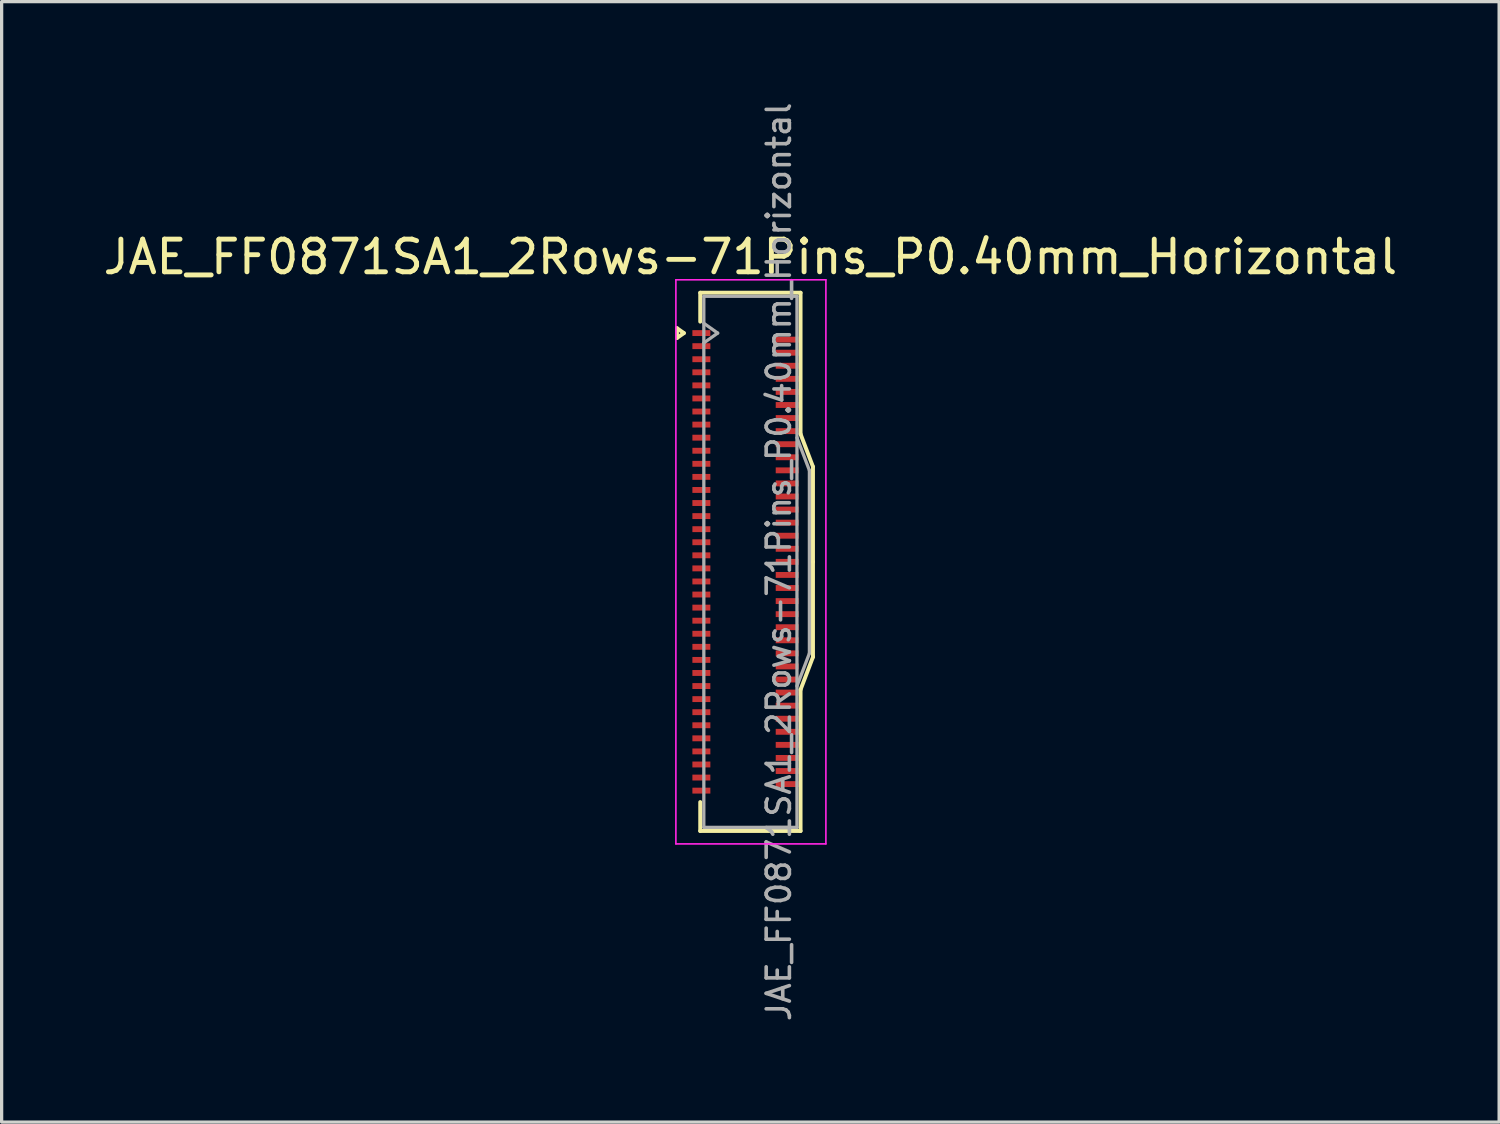
<source format=kicad_pcb>
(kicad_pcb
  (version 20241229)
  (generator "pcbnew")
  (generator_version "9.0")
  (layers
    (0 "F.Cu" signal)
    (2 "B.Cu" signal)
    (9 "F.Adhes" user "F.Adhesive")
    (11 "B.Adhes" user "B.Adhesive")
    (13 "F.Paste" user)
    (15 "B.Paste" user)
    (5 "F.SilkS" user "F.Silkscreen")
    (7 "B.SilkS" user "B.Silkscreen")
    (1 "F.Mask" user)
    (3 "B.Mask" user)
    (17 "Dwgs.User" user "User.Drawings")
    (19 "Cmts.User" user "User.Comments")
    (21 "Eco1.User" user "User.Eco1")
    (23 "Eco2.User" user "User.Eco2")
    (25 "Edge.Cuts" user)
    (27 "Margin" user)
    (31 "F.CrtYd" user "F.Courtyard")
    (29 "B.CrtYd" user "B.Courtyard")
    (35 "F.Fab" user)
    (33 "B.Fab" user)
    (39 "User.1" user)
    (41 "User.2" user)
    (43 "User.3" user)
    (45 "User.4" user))
  (footprint "JAE_FF0871SA1_2Rows-71Pins_P0.40mm_Horizontal"
    (layer "F.Cu")
    (at 19.761 14.142)
    (property "Reference" "JAE_FF0871SA1_2Rows-71Pins_P0.40mm_Horizontal" (at 0.15 -9.33 0) (layer "F.SilkS") (effects (font (size 1 1) (thickness 0.15))))
    (attr smd)
    (fp_line (start -2.097 -7.15) (end -1.885 -7) (stroke (width 0.12) (type solid)) (layer "F.SilkS"))
    (fp_line (start -2.097 -6.85) (end -2.097 -7.15) (stroke (width 0.12) (type solid)) (layer "F.SilkS"))
    (fp_line (start -1.885 -7) (end -2.097 -6.85) (stroke (width 0.12) (type solid)) (layer "F.SilkS"))
    (fp_line (start -1.385 -8.235) (end 1.685 -8.235) (stroke (width 0.12) (type solid)) (layer "F.SilkS"))
    (fp_line (start -1.385 -7.35) (end -1.385 -8.235) (stroke (width 0.12) (type solid)) (layer "F.SilkS"))
    (fp_line (start -1.385 7.35) (end -1.385 8.235) (stroke (width 0.12) (type solid)) (layer "F.SilkS"))
    (fp_line (start -1.385 8.235) (end 1.685 8.235) (stroke (width 0.12) (type solid)) (layer "F.SilkS"))
    (fp_line (start 1.685 -8.235) (end 1.685 -3.91) (stroke (width 0.12) (type solid)) (layer "F.SilkS"))
    (fp_line (start 1.685 -3.91) (end 2.065 -2.91) (stroke (width 0.12) (type solid)) (layer "F.SilkS"))
    (fp_line (start 1.685 3.91) (end 2.065 2.91) (stroke (width 0.12) (type solid)) (layer "F.SilkS"))
    (fp_line (start 1.685 8.235) (end 1.685 3.91) (stroke (width 0.12) (type solid)) (layer "F.SilkS"))
    (fp_line (start 2.065 -2.91) (end 2.065 0) (stroke (width 0.12) (type solid)) (layer "F.SilkS"))
    (fp_line (start 2.065 2.91) (end 2.065 0) (stroke (width 0.12) (type solid)) (layer "F.SilkS"))
    (fp_line (start -2.13 -8.63) (end -2.13 8.63) (stroke (width 0.05) (type solid)) (layer "F.CrtYd"))
    (fp_line (start -2.13 8.63) (end 2.46 8.63) (stroke (width 0.05) (type solid)) (layer "F.CrtYd"))
    (fp_line (start 2.46 -8.63) (end -2.13 -8.63) (stroke (width 0.05) (type solid)) (layer "F.CrtYd"))
    (fp_line (start 2.46 8.63) (end 2.46 -8.63) (stroke (width 0.05) (type solid)) (layer "F.CrtYd"))
    (fp_line (start -1.275 -8.125) (end -1.275 8.125) (stroke (width 0.1) (type solid)) (layer "F.Fab"))
    (fp_line (start -1.275 -7.3) (end -0.851 -7) (stroke (width 0.1) (type solid)) (layer "F.Fab"))
    (fp_line (start -1.275 8.125) (end 1.575 8.125) (stroke (width 0.1) (type solid)) (layer "F.Fab"))
    (fp_line (start -0.851 -7) (end -1.275 -6.7) (stroke (width 0.1) (type solid)) (layer "F.Fab"))
    (fp_line (start 1.575 -8.125) (end -1.275 -8.125) (stroke (width 0.1) (type solid)) (layer "F.Fab"))
    (fp_line (start 1.575 -3.8) (end 1.955 -2.8) (stroke (width 0.1) (type solid)) (layer "F.Fab"))
    (fp_line (start 1.575 8.125) (end 1.575 -8.125) (stroke (width 0.1) (type solid)) (layer "F.Fab"))
    (fp_line (start 1.955 -2.8) (end 1.955 2.8) (stroke (width 0.1) (type solid)) (layer "F.Fab"))
    (fp_line (start 1.955 2.8) (end 1.575 3.8) (stroke (width 0.1) (type solid)) (layer "F.Fab"))
    (fp_text user "${REFERENCE}" (at 1.02 0 90) (layer "F.Fab") (effects (font (size 0.71 0.71) (thickness 0.11))))
    (pad "1" smd rect (at -1.35 -7) (size 0.55 0.18) (layers "F.Cu" "F.Mask" "F.Paste"))
    (pad "2" smd rect (at 1.275 -6.8) (size 0.7 0.18) (layers "F.Cu" "F.Mask" "F.Paste"))
    (pad "3" smd rect (at -1.35 -6.6) (size 0.55 0.18) (layers "F.Cu" "F.Mask" "F.Paste"))
    (pad "4" smd rect (at 1.275 -6.4) (size 0.7 0.18) (layers "F.Cu" "F.Mask" "F.Paste"))
    (pad "5" smd rect (at -1.35 -6.2) (size 0.55 0.18) (layers "F.Cu" "F.Mask" "F.Paste"))
    (pad "6" smd rect (at 1.275 -6) (size 0.7 0.18) (layers "F.Cu" "F.Mask" "F.Paste"))
    (pad "7" smd rect (at -1.35 -5.8) (size 0.55 0.18) (layers "F.Cu" "F.Mask" "F.Paste"))
    (pad "8" smd rect (at 1.275 -5.6) (size 0.7 0.18) (layers "F.Cu" "F.Mask" "F.Paste"))
    (pad "9" smd rect (at -1.35 -5.4) (size 0.55 0.18) (layers "F.Cu" "F.Mask" "F.Paste"))
    (pad "10" smd rect (at 1.275 -5.2) (size 0.7 0.18) (layers "F.Cu" "F.Mask" "F.Paste"))
    (pad "11" smd rect (at -1.35 -5) (size 0.55 0.18) (layers "F.Cu" "F.Mask" "F.Paste"))
    (pad "12" smd rect (at 1.275 -4.8) (size 0.7 0.18) (layers "F.Cu" "F.Mask" "F.Paste"))
    (pad "13" smd rect (at -1.35 -4.6) (size 0.55 0.18) (layers "F.Cu" "F.Mask" "F.Paste"))
    (pad "14" smd rect (at 1.275 -4.4) (size 0.7 0.18) (layers "F.Cu" "F.Mask" "F.Paste"))
    (pad "15" smd rect (at -1.35 -4.2) (size 0.55 0.18) (layers "F.Cu" "F.Mask" "F.Paste"))
    (pad "16" smd rect (at 1.275 -4) (size 0.7 0.18) (layers "F.Cu" "F.Mask" "F.Paste"))
    (pad "17" smd rect (at -1.35 -3.8) (size 0.55 0.18) (layers "F.Cu" "F.Mask" "F.Paste"))
    (pad "18" smd rect (at 1.275 -3.6) (size 0.7 0.18) (layers "F.Cu" "F.Mask" "F.Paste"))
    (pad "19" smd rect (at -1.35 -3.4) (size 0.55 0.18) (layers "F.Cu" "F.Mask" "F.Paste"))
    (pad "20" smd rect (at 1.275 -3.2) (size 0.7 0.18) (layers "F.Cu" "F.Mask" "F.Paste"))
    (pad "21" smd rect (at -1.35 -3) (size 0.55 0.18) (layers "F.Cu" "F.Mask" "F.Paste"))
    (pad "22" smd rect (at 1.275 -2.8) (size 0.7 0.18) (layers "F.Cu" "F.Mask" "F.Paste"))
    (pad "23" smd rect (at -1.35 -2.6) (size 0.55 0.18) (layers "F.Cu" "F.Mask" "F.Paste"))
    (pad "24" smd rect (at 1.275 -2.4) (size 0.7 0.18) (layers "F.Cu" "F.Mask" "F.Paste"))
    (pad "25" smd rect (at -1.35 -2.2) (size 0.55 0.18) (layers "F.Cu" "F.Mask" "F.Paste"))
    (pad "26" smd rect (at 1.275 -2) (size 0.7 0.18) (layers "F.Cu" "F.Mask" "F.Paste"))
    (pad "27" smd rect (at -1.35 -1.8) (size 0.55 0.18) (layers "F.Cu" "F.Mask" "F.Paste"))
    (pad "28" smd rect (at 1.275 -1.6) (size 0.7 0.18) (layers "F.Cu" "F.Mask" "F.Paste"))
    (pad "29" smd rect (at -1.35 -1.4) (size 0.55 0.18) (layers "F.Cu" "F.Mask" "F.Paste"))
    (pad "30" smd rect (at 1.275 -1.2) (size 0.7 0.18) (layers "F.Cu" "F.Mask" "F.Paste"))
    (pad "31" smd rect (at -1.35 -1) (size 0.55 0.18) (layers "F.Cu" "F.Mask" "F.Paste"))
    (pad "32" smd rect (at 1.275 -0.8) (size 0.7 0.18) (layers "F.Cu" "F.Mask" "F.Paste"))
    (pad "33" smd rect (at -1.35 -0.6) (size 0.55 0.18) (layers "F.Cu" "F.Mask" "F.Paste"))
    (pad "34" smd rect (at 1.275 -0.4) (size 0.7 0.18) (layers "F.Cu" "F.Mask" "F.Paste"))
    (pad "35" smd rect (at -1.35 -0.2) (size 0.55 0.18) (layers "F.Cu" "F.Mask" "F.Paste"))
    (pad "36" smd rect (at 1.275 0) (size 0.7 0.18) (layers "F.Cu" "F.Mask" "F.Paste"))
    (pad "37" smd rect (at -1.35 0.2) (size 0.55 0.18) (layers "F.Cu" "F.Mask" "F.Paste"))
    (pad "38" smd rect (at 1.275 0.4) (size 0.7 0.18) (layers "F.Cu" "F.Mask" "F.Paste"))
    (pad "39" smd rect (at -1.35 0.6) (size 0.55 0.18) (layers "F.Cu" "F.Mask" "F.Paste"))
    (pad "40" smd rect (at 1.275 0.8) (size 0.7 0.18) (layers "F.Cu" "F.Mask" "F.Paste"))
    (pad "41" smd rect (at -1.35 1) (size 0.55 0.18) (layers "F.Cu" "F.Mask" "F.Paste"))
    (pad "42" smd rect (at 1.275 1.2) (size 0.7 0.18) (layers "F.Cu" "F.Mask" "F.Paste"))
    (pad "43" smd rect (at -1.35 1.4) (size 0.55 0.18) (layers "F.Cu" "F.Mask" "F.Paste"))
    (pad "44" smd rect (at 1.275 1.6) (size 0.7 0.18) (layers "F.Cu" "F.Mask" "F.Paste"))
    (pad "45" smd rect (at -1.35 1.8) (size 0.55 0.18) (layers "F.Cu" "F.Mask" "F.Paste"))
    (pad "46" smd rect (at 1.275 2) (size 0.7 0.18) (layers "F.Cu" "F.Mask" "F.Paste"))
    (pad "47" smd rect (at -1.35 2.2) (size 0.55 0.18) (layers "F.Cu" "F.Mask" "F.Paste"))
    (pad "48" smd rect (at 1.275 2.4) (size 0.7 0.18) (layers "F.Cu" "F.Mask" "F.Paste"))
    (pad "49" smd rect (at -1.35 2.6) (size 0.55 0.18) (layers "F.Cu" "F.Mask" "F.Paste"))
    (pad "50" smd rect (at 1.275 2.8) (size 0.7 0.18) (layers "F.Cu" "F.Mask" "F.Paste"))
    (pad "51" smd rect (at -1.35 3) (size 0.55 0.18) (layers "F.Cu" "F.Mask" "F.Paste"))
    (pad "52" smd rect (at 1.275 3.2) (size 0.7 0.18) (layers "F.Cu" "F.Mask" "F.Paste"))
    (pad "53" smd rect (at -1.35 3.4) (size 0.55 0.18) (layers "F.Cu" "F.Mask" "F.Paste"))
    (pad "54" smd rect (at 1.275 3.6) (size 0.7 0.18) (layers "F.Cu" "F.Mask" "F.Paste"))
    (pad "55" smd rect (at -1.35 3.8) (size 0.55 0.18) (layers "F.Cu" "F.Mask" "F.Paste"))
    (pad "56" smd rect (at 1.275 4) (size 0.7 0.18) (layers "F.Cu" "F.Mask" "F.Paste"))
    (pad "57" smd rect (at -1.35 4.2) (size 0.55 0.18) (layers "F.Cu" "F.Mask" "F.Paste"))
    (pad "58" smd rect (at 1.275 4.4) (size 0.7 0.18) (layers "F.Cu" "F.Mask" "F.Paste"))
    (pad "59" smd rect (at -1.35 4.6) (size 0.55 0.18) (layers "F.Cu" "F.Mask" "F.Paste"))
    (pad "60" smd rect (at 1.275 4.8) (size 0.7 0.18) (layers "F.Cu" "F.Mask" "F.Paste"))
    (pad "61" smd rect (at -1.35 5) (size 0.55 0.18) (layers "F.Cu" "F.Mask" "F.Paste"))
    (pad "62" smd rect (at 1.275 5.2) (size 0.7 0.18) (layers "F.Cu" "F.Mask" "F.Paste"))
    (pad "63" smd rect (at -1.35 5.4) (size 0.55 0.18) (layers "F.Cu" "F.Mask" "F.Paste"))
    (pad "64" smd rect (at 1.275 5.6) (size 0.7 0.18) (layers "F.Cu" "F.Mask" "F.Paste"))
    (pad "65" smd rect (at -1.35 5.8) (size 0.55 0.18) (layers "F.Cu" "F.Mask" "F.Paste"))
    (pad "66" smd rect (at 1.275 6) (size 0.7 0.18) (layers "F.Cu" "F.Mask" "F.Paste"))
    (pad "67" smd rect (at -1.35 6.2) (size 0.55 0.18) (layers "F.Cu" "F.Mask" "F.Paste"))
    (pad "68" smd rect (at 1.275 6.4) (size 0.7 0.18) (layers "F.Cu" "F.Mask" "F.Paste"))
    (pad "69" smd rect (at -1.35 6.6) (size 0.55 0.18) (layers "F.Cu" "F.Mask" "F.Paste"))
    (pad "70" smd rect (at 1.275 6.8) (size 0.7 0.18) (layers "F.Cu" "F.Mask" "F.Paste"))
    (pad "71" smd rect (at -1.35 7) (size 0.55 0.18) (layers "F.Cu" "F.Mask" "F.Paste")))
  (gr_rect
    (start -3 -3)
    (end 42.821 31.284)
    (stroke (width 0.1) (type default))
    (fill no)
    (layer "Edge.Cuts")))
</source>
